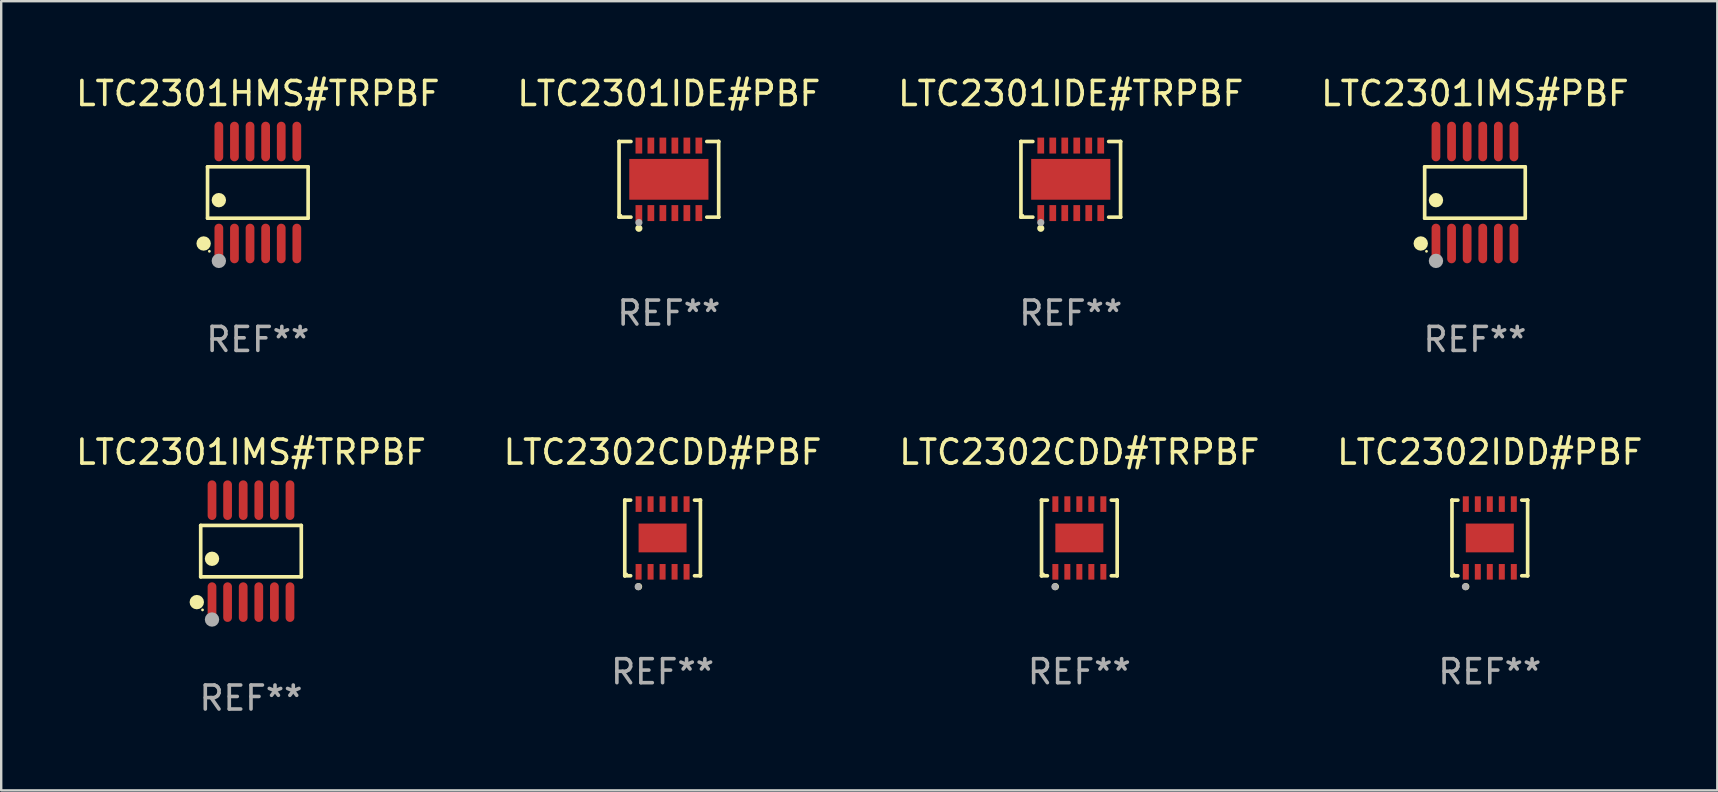
<source format=kicad_pcb>
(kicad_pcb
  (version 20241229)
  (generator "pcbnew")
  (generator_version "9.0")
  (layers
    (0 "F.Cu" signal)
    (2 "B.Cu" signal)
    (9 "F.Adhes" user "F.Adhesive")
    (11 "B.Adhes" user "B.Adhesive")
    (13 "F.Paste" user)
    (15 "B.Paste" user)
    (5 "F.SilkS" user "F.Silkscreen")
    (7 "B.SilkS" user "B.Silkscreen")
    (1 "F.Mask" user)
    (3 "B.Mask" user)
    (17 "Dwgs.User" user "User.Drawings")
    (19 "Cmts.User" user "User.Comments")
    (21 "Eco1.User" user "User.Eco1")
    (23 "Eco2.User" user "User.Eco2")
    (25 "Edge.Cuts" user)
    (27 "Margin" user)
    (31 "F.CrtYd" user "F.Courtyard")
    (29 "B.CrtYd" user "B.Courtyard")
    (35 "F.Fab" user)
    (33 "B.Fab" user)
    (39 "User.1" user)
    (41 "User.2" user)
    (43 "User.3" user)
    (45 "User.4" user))
  (footprint "LTC2302CDD#TRPBF"
    (layer "F.Cu")
    (at 41.935 19.371)
    (property "Reference" "LTC2302CDD#TRPBF" (at 0 -3.576 0) (layer "F.SilkS") (effects (font (size 1 1) (thickness 0.15))))
    (attr through_hole)
    (fp_line (start -1.576 -1.576) (end -1.576 -1.576) (stroke (width 0.152) (type solid)) (layer "F.SilkS"))
    (fp_line (start -1.576 -1.576) (end -1.331 -1.576) (stroke (width 0.152) (type solid)) (layer "F.SilkS"))
    (fp_line (start -1.576 1.576) (end -1.576 -1.576) (stroke (width 0.152) (type solid)) (layer "F.SilkS"))
    (fp_line (start -1.576 1.576) (end -1.576 1.576) (stroke (width 0.152) (type solid)) (layer "F.SilkS"))
    (fp_line (start -1.331 1.576) (end -1.576 1.576) (stroke (width 0.152) (type solid)) (layer "F.SilkS"))
    (fp_line (start 1.331 1.576) (end 1.576 1.576) (stroke (width 0.152) (type solid)) (layer "F.SilkS"))
    (fp_line (start 1.576 -1.576) (end 1.331 -1.576) (stroke (width 0.152) (type solid)) (layer "F.SilkS"))
    (fp_line (start 1.576 -1.576) (end 1.576 -1.576) (stroke (width 0.152) (type solid)) (layer "F.SilkS"))
    (fp_line (start 1.576 1.576) (end 1.576 -1.576) (stroke (width 0.152) (type solid)) (layer "F.SilkS"))
    (fp_line (start 1.576 1.576) (end 1.576 1.576) (stroke (width 0.152) (type solid)) (layer "F.SilkS"))
    (fp_circle (center -1.5 1.5) (end -1.47 1.5) (stroke (width 0.06) (type solid)) (fill no) (layer "F.SilkS"))
    (fp_circle (center -1 2.028) (end -0.925 2.028) (stroke (width 0.15) (type solid)) (fill no) (layer "F.SilkS"))
    (fp_circle (center -1.016 2.032) (end -0.941 2.032) (stroke (width 0.15) (type solid)) (fill no) (layer "F.Fab"))
    (fp_text user "REF**" (at 0 5.576 0) (layer "F.Fab") (effects (font (size 1 1) (thickness 0.15))))
    (pad "1" smd rect (at -1 1.411) (size 0.25 0.65) (layers "F.Cu" "F.Mask" "F.Paste"))
    (pad "2" smd rect (at -0.5 1.411) (size 0.25 0.65) (layers "F.Cu" "F.Mask" "F.Paste"))
    (pad "3" smd rect (at 0 1.411) (size 0.25 0.65) (layers "F.Cu" "F.Mask" "F.Paste"))
    (pad "4" smd rect (at 0.5 1.411) (size 0.25 0.65) (layers "F.Cu" "F.Mask" "F.Paste"))
    (pad "5" smd rect (at 1 1.411) (size 0.25 0.65) (layers "F.Cu" "F.Mask" "F.Paste"))
    (pad "6" smd rect (at 1 -1.411) (size 0.25 0.65) (layers "F.Cu" "F.Mask" "F.Paste"))
    (pad "7" smd rect (at 0.5 -1.411) (size 0.25 0.65) (layers "F.Cu" "F.Mask" "F.Paste"))
    (pad "8" smd rect (at 0 -1.411) (size 0.25 0.65) (layers "F.Cu" "F.Mask" "F.Paste"))
    (pad "9" smd rect (at -0.5 -1.411) (size 0.25 0.65) (layers "F.Cu" "F.Mask" "F.Paste"))
    (pad "10" smd rect (at -1 -1.411) (size 0.25 0.65) (layers "F.Cu" "F.Mask" "F.Paste"))
    (pad "11" smd rect (at 0 0) (size 2 1.2) (layers "F.Cu" "F.Mask" "F.Paste")))
  (footprint "LTC2301IMS#PBF"
    (layer "F.Cu")
    (at 58.423 4.973)
    (property "Reference" "LTC2301IMS#PBF" (at 0 -4.125 0) (layer "F.SilkS") (effects (font (size 1 1) (thickness 0.15))))
    (attr through_hole)
    (fp_line (start -2.096 -1.071) (end 2.096 -1.071) (stroke (width 0.152) (type solid)) (layer "F.SilkS"))
    (fp_line (start -2.096 1.071) (end -2.096 -1.071) (stroke (width 0.152) (type solid)) (layer "F.SilkS"))
    (fp_line (start 2.096 -1.071) (end 2.096 1.071) (stroke (width 0.152) (type solid)) (layer "F.SilkS"))
    (fp_line (start 2.096 1.071) (end -2.096 1.071) (stroke (width 0.152) (type solid)) (layer "F.SilkS"))
    (fp_circle (center -2.259 2.125) (end -2.109 2.125) (stroke (width 0.3) (type solid)) (fill no) (layer "F.SilkS"))
    (fp_circle (center -2.02 2.45) (end -1.99 2.45) (stroke (width 0.06) (type solid)) (fill no) (layer "F.SilkS"))
    (fp_circle (center -1.625 0.319) (end -1.475 0.319) (stroke (width 0.3) (type solid)) (fill no) (layer "F.SilkS"))
    (fp_circle (center -1.625 2.85) (end -1.475 2.85) (stroke (width 0.3) (type solid)) (fill no) (layer "F.Fab"))
    (fp_text user "REF**" (at 0 6.125 0) (layer "F.Fab") (effects (font (size 1 1) (thickness 0.15))))
    (pad "1" smd oval (at -1.625 2.125) (size 0.364 1.65) (layers "F.Cu" "F.Mask" "F.Paste"))
    (pad "2" smd oval (at -0.975 2.125) (size 0.364 1.65) (layers "F.Cu" "F.Mask" "F.Paste"))
    (pad "3" smd oval (at -0.325 2.125) (size 0.364 1.65) (layers "F.Cu" "F.Mask" "F.Paste"))
    (pad "4" smd oval (at 0.325 2.125) (size 0.364 1.65) (layers "F.Cu" "F.Mask" "F.Paste"))
    (pad "5" smd oval (at 0.975 2.125) (size 0.364 1.65) (layers "F.Cu" "F.Mask" "F.Paste"))
    (pad "6" smd oval (at 1.625 2.125) (size 0.364 1.65) (layers "F.Cu" "F.Mask" "F.Paste"))
    (pad "7" smd oval (at 1.625 -2.125) (size 0.364 1.65) (layers "F.Cu" "F.Mask" "F.Paste"))
    (pad "8" smd oval (at 0.975 -2.125) (size 0.364 1.65) (layers "F.Cu" "F.Mask" "F.Paste"))
    (pad "9" smd oval (at 0.325 -2.125) (size 0.364 1.65) (layers "F.Cu" "F.Mask" "F.Paste"))
    (pad "10" smd oval (at -0.325 -2.125) (size 0.364 1.65) (layers "F.Cu" "F.Mask" "F.Paste"))
    (pad "11" smd oval (at -0.975 -2.125) (size 0.364 1.65) (layers "F.Cu" "F.Mask" "F.Paste"))
    (pad "12" smd oval (at -1.625 -2.125) (size 0.364 1.65) (layers "F.Cu" "F.Mask" "F.Paste")))
  (footprint "LTC2302IDD#PBF"
    (layer "F.Cu")
    (at 59.042 19.371)
    (property "Reference" "LTC2302IDD#PBF" (at 0 -3.576 0) (layer "F.SilkS") (effects (font (size 1 1) (thickness 0.15))))
    (attr through_hole)
    (fp_line (start -1.576 -1.576) (end -1.576 -1.576) (stroke (width 0.152) (type solid)) (layer "F.SilkS"))
    (fp_line (start -1.576 -1.576) (end -1.331 -1.576) (stroke (width 0.152) (type solid)) (layer "F.SilkS"))
    (fp_line (start -1.576 1.576) (end -1.576 -1.576) (stroke (width 0.152) (type solid)) (layer "F.SilkS"))
    (fp_line (start -1.576 1.576) (end -1.576 1.576) (stroke (width 0.152) (type solid)) (layer "F.SilkS"))
    (fp_line (start -1.331 1.576) (end -1.576 1.576) (stroke (width 0.152) (type solid)) (layer "F.SilkS"))
    (fp_line (start 1.331 1.576) (end 1.576 1.576) (stroke (width 0.152) (type solid)) (layer "F.SilkS"))
    (fp_line (start 1.576 -1.576) (end 1.331 -1.576) (stroke (width 0.152) (type solid)) (layer "F.SilkS"))
    (fp_line (start 1.576 -1.576) (end 1.576 -1.576) (stroke (width 0.152) (type solid)) (layer "F.SilkS"))
    (fp_line (start 1.576 1.576) (end 1.576 -1.576) (stroke (width 0.152) (type solid)) (layer "F.SilkS"))
    (fp_line (start 1.576 1.576) (end 1.576 1.576) (stroke (width 0.152) (type solid)) (layer "F.SilkS"))
    (fp_circle (center -1.5 1.5) (end -1.47 1.5) (stroke (width 0.06) (type solid)) (fill no) (layer "F.SilkS"))
    (fp_circle (center -1 2.028) (end -0.925 2.028) (stroke (width 0.15) (type solid)) (fill no) (layer "F.SilkS"))
    (fp_circle (center -1.016 2.032) (end -0.941 2.032) (stroke (width 0.15) (type solid)) (fill no) (layer "F.Fab"))
    (fp_text user "REF**" (at 0 5.576 0) (layer "F.Fab") (effects (font (size 1 1) (thickness 0.15))))
    (pad "1" smd rect (at -1 1.411) (size 0.25 0.65) (layers "F.Cu" "F.Mask" "F.Paste"))
    (pad "2" smd rect (at -0.5 1.411) (size 0.25 0.65) (layers "F.Cu" "F.Mask" "F.Paste"))
    (pad "3" smd rect (at 0 1.411) (size 0.25 0.65) (layers "F.Cu" "F.Mask" "F.Paste"))
    (pad "4" smd rect (at 0.5 1.411) (size 0.25 0.65) (layers "F.Cu" "F.Mask" "F.Paste"))
    (pad "5" smd rect (at 1 1.411) (size 0.25 0.65) (layers "F.Cu" "F.Mask" "F.Paste"))
    (pad "6" smd rect (at 1 -1.411) (size 0.25 0.65) (layers "F.Cu" "F.Mask" "F.Paste"))
    (pad "7" smd rect (at 0.5 -1.411) (size 0.25 0.65) (layers "F.Cu" "F.Mask" "F.Paste"))
    (pad "8" smd rect (at 0 -1.411) (size 0.25 0.65) (layers "F.Cu" "F.Mask" "F.Paste"))
    (pad "9" smd rect (at -0.5 -1.411) (size 0.25 0.65) (layers "F.Cu" "F.Mask" "F.Paste"))
    (pad "10" smd rect (at -1 -1.411) (size 0.25 0.65) (layers "F.Cu" "F.Mask" "F.Paste"))
    (pad "11" smd rect (at 0 0) (size 2 1.2) (layers "F.Cu" "F.Mask" "F.Paste")))
  (footprint "LTC2301IMS#TRPBF"
    (layer "F.Cu")
    (at 7.411 19.92)
    (property "Reference" "LTC2301IMS#TRPBF" (at 0 -4.125 0) (layer "F.SilkS") (effects (font (size 1 1) (thickness 0.15))))
    (attr through_hole)
    (fp_line (start -2.096 -1.071) (end 2.096 -1.071) (stroke (width 0.152) (type solid)) (layer "F.SilkS"))
    (fp_line (start -2.096 1.071) (end -2.096 -1.071) (stroke (width 0.152) (type solid)) (layer "F.SilkS"))
    (fp_line (start 2.096 -1.071) (end 2.096 1.071) (stroke (width 0.152) (type solid)) (layer "F.SilkS"))
    (fp_line (start 2.096 1.071) (end -2.096 1.071) (stroke (width 0.152) (type solid)) (layer "F.SilkS"))
    (fp_circle (center -2.259 2.125) (end -2.109 2.125) (stroke (width 0.3) (type solid)) (fill no) (layer "F.SilkS"))
    (fp_circle (center -2.02 2.45) (end -1.99 2.45) (stroke (width 0.06) (type solid)) (fill no) (layer "F.SilkS"))
    (fp_circle (center -1.625 0.319) (end -1.475 0.319) (stroke (width 0.3) (type solid)) (fill no) (layer "F.SilkS"))
    (fp_circle (center -1.625 2.85) (end -1.475 2.85) (stroke (width 0.3) (type solid)) (fill no) (layer "F.Fab"))
    (fp_text user "REF**" (at 0 6.125 0) (layer "F.Fab") (effects (font (size 1 1) (thickness 0.15))))
    (pad "1" smd oval (at -1.625 2.125) (size 0.364 1.65) (layers "F.Cu" "F.Mask" "F.Paste"))
    (pad "2" smd oval (at -0.975 2.125) (size 0.364 1.65) (layers "F.Cu" "F.Mask" "F.Paste"))
    (pad "3" smd oval (at -0.325 2.125) (size 0.364 1.65) (layers "F.Cu" "F.Mask" "F.Paste"))
    (pad "4" smd oval (at 0.325 2.125) (size 0.364 1.65) (layers "F.Cu" "F.Mask" "F.Paste"))
    (pad "5" smd oval (at 0.975 2.125) (size 0.364 1.65) (layers "F.Cu" "F.Mask" "F.Paste"))
    (pad "6" smd oval (at 1.625 2.125) (size 0.364 1.65) (layers "F.Cu" "F.Mask" "F.Paste"))
    (pad "7" smd oval (at 1.625 -2.125) (size 0.364 1.65) (layers "F.Cu" "F.Mask" "F.Paste"))
    (pad "8" smd oval (at 0.975 -2.125) (size 0.364 1.65) (layers "F.Cu" "F.Mask" "F.Paste"))
    (pad "9" smd oval (at 0.325 -2.125) (size 0.364 1.65) (layers "F.Cu" "F.Mask" "F.Paste"))
    (pad "10" smd oval (at -0.325 -2.125) (size 0.364 1.65) (layers "F.Cu" "F.Mask" "F.Paste"))
    (pad "11" smd oval (at -0.975 -2.125) (size 0.364 1.65) (layers "F.Cu" "F.Mask" "F.Paste"))
    (pad "12" smd oval (at -1.625 -2.125) (size 0.364 1.65) (layers "F.Cu" "F.Mask" "F.Paste")))
  (footprint "LTC2301IDE#TRPBF"
    (layer "F.Cu")
    (at 41.577 4.424)
    (property "Reference" "LTC2301IDE#TRPBF" (at 0 -3.576 0) (layer "F.SilkS") (effects (font (size 1 1) (thickness 0.15))))
    (attr through_hole)
    (fp_line (start -2.076 -1.576) (end -2.076 -1.576) (stroke (width 0.152) (type solid)) (layer "F.SilkS"))
    (fp_line (start -2.076 -1.576) (end -1.58 -1.576) (stroke (width 0.152) (type solid)) (layer "F.SilkS"))
    (fp_line (start -2.076 1.576) (end -2.076 -1.576) (stroke (width 0.152) (type solid)) (layer "F.SilkS"))
    (fp_line (start -2.076 1.576) (end -2.076 1.576) (stroke (width 0.152) (type solid)) (layer "F.SilkS"))
    (fp_line (start -1.58 1.576) (end -2.076 1.576) (stroke (width 0.152) (type solid)) (layer "F.SilkS"))
    (fp_line (start 1.58 1.576) (end 2.076 1.576) (stroke (width 0.152) (type solid)) (layer "F.SilkS"))
    (fp_line (start 2.076 -1.576) (end 1.58 -1.576) (stroke (width 0.152) (type solid)) (layer "F.SilkS"))
    (fp_line (start 2.076 -1.576) (end 2.076 -1.576) (stroke (width 0.152) (type solid)) (layer "F.SilkS"))
    (fp_line (start 2.076 1.576) (end 2.076 -1.576) (stroke (width 0.152) (type solid)) (layer "F.SilkS"))
    (fp_line (start 2.076 1.576) (end 2.076 1.576) (stroke (width 0.152) (type solid)) (layer "F.SilkS"))
    (fp_circle (center -2 1.5) (end -1.97 1.5) (stroke (width 0.06) (type solid)) (fill no) (layer "F.SilkS"))
    (fp_circle (center -1.25 2.04) (end -1.175 2.04) (stroke (width 0.15) (type solid)) (fill no) (layer "F.SilkS"))
    (fp_circle (center -1.25 1.8) (end -1.175 1.8) (stroke (width 0.15) (type solid)) (fill no) (layer "F.Fab"))
    (fp_text user "REF**" (at 0 5.576 0) (layer "F.Fab") (effects (font (size 1 1) (thickness 0.15))))
    (pad "1" smd rect (at -1.25 1.407) (size 0.28 0.665) (layers "F.Cu" "F.Mask" "F.Paste"))
    (pad "2" smd rect (at -0.75 1.407) (size 0.28 0.665) (layers "F.Cu" "F.Mask" "F.Paste"))
    (pad "3" smd rect (at -0.25 1.407) (size 0.28 0.665) (layers "F.Cu" "F.Mask" "F.Paste"))
    (pad "4" smd rect (at 0.25 1.407) (size 0.28 0.665) (layers "F.Cu" "F.Mask" "F.Paste"))
    (pad "5" smd rect (at 0.75 1.407) (size 0.28 0.665) (layers "F.Cu" "F.Mask" "F.Paste"))
    (pad "6" smd rect (at 1.25 1.407) (size 0.28 0.665) (layers "F.Cu" "F.Mask" "F.Paste"))
    (pad "7" smd rect (at 1.25 -1.407) (size 0.28 0.665) (layers "F.Cu" "F.Mask" "F.Paste"))
    (pad "8" smd rect (at 0.75 -1.407) (size 0.28 0.665) (layers "F.Cu" "F.Mask" "F.Paste"))
    (pad "9" smd rect (at 0.25 -1.407) (size 0.28 0.665) (layers "F.Cu" "F.Mask" "F.Paste"))
    (pad "10" smd rect (at -0.25 -1.407) (size 0.28 0.665) (layers "F.Cu" "F.Mask" "F.Paste"))
    (pad "11" smd rect (at -0.75 -1.407) (size 0.28 0.665) (layers "F.Cu" "F.Mask" "F.Paste"))
    (pad "12" smd rect (at -1.25 -1.407) (size 0.28 0.665) (layers "F.Cu" "F.Mask" "F.Paste"))
    (pad "13" smd rect (at 0 0) (size 3.3 1.7) (layers "F.Cu" "F.Mask" "F.Paste")))
  (footprint "LTC2302CDD#PBF"
    (layer "F.Cu")
    (at 24.565 19.371)
    (property "Reference" "LTC2302CDD#PBF" (at 0 -3.576 0) (layer "F.SilkS") (effects (font (size 1 1) (thickness 0.15))))
    (attr through_hole)
    (fp_line (start -1.576 -1.576) (end -1.576 -1.576) (stroke (width 0.152) (type solid)) (layer "F.SilkS"))
    (fp_line (start -1.576 -1.576) (end -1.331 -1.576) (stroke (width 0.152) (type solid)) (layer "F.SilkS"))
    (fp_line (start -1.576 1.576) (end -1.576 -1.576) (stroke (width 0.152) (type solid)) (layer "F.SilkS"))
    (fp_line (start -1.576 1.576) (end -1.576 1.576) (stroke (width 0.152) (type solid)) (layer "F.SilkS"))
    (fp_line (start -1.331 1.576) (end -1.576 1.576) (stroke (width 0.152) (type solid)) (layer "F.SilkS"))
    (fp_line (start 1.331 1.576) (end 1.576 1.576) (stroke (width 0.152) (type solid)) (layer "F.SilkS"))
    (fp_line (start 1.576 -1.576) (end 1.331 -1.576) (stroke (width 0.152) (type solid)) (layer "F.SilkS"))
    (fp_line (start 1.576 -1.576) (end 1.576 -1.576) (stroke (width 0.152) (type solid)) (layer "F.SilkS"))
    (fp_line (start 1.576 1.576) (end 1.576 -1.576) (stroke (width 0.152) (type solid)) (layer "F.SilkS"))
    (fp_line (start 1.576 1.576) (end 1.576 1.576) (stroke (width 0.152) (type solid)) (layer "F.SilkS"))
    (fp_circle (center -1.5 1.5) (end -1.47 1.5) (stroke (width 0.06) (type solid)) (fill no) (layer "F.SilkS"))
    (fp_circle (center -1 2.028) (end -0.925 2.028) (stroke (width 0.15) (type solid)) (fill no) (layer "F.SilkS"))
    (fp_circle (center -1.016 2.032) (end -0.941 2.032) (stroke (width 0.15) (type solid)) (fill no) (layer "F.Fab"))
    (fp_text user "REF**" (at 0 5.576 0) (layer "F.Fab") (effects (font (size 1 1) (thickness 0.15))))
    (pad "1" smd rect (at -1 1.411) (size 0.25 0.65) (layers "F.Cu" "F.Mask" "F.Paste"))
    (pad "2" smd rect (at -0.5 1.411) (size 0.25 0.65) (layers "F.Cu" "F.Mask" "F.Paste"))
    (pad "3" smd rect (at 0 1.411) (size 0.25 0.65) (layers "F.Cu" "F.Mask" "F.Paste"))
    (pad "4" smd rect (at 0.5 1.411) (size 0.25 0.65) (layers "F.Cu" "F.Mask" "F.Paste"))
    (pad "5" smd rect (at 1 1.411) (size 0.25 0.65) (layers "F.Cu" "F.Mask" "F.Paste"))
    (pad "6" smd rect (at 1 -1.411) (size 0.25 0.65) (layers "F.Cu" "F.Mask" "F.Paste"))
    (pad "7" smd rect (at 0.5 -1.411) (size 0.25 0.65) (layers "F.Cu" "F.Mask" "F.Paste"))
    (pad "8" smd rect (at 0 -1.411) (size 0.25 0.65) (layers "F.Cu" "F.Mask" "F.Paste"))
    (pad "9" smd rect (at -0.5 -1.411) (size 0.25 0.65) (layers "F.Cu" "F.Mask" "F.Paste"))
    (pad "10" smd rect (at -1 -1.411) (size 0.25 0.65) (layers "F.Cu" "F.Mask" "F.Paste"))
    (pad "11" smd rect (at 0 0) (size 2 1.2) (layers "F.Cu" "F.Mask" "F.Paste")))
  (footprint "LTC2301IDE#PBF"
    (layer "F.Cu")
    (at 24.827 4.424)
    (property "Reference" "LTC2301IDE#PBF" (at 0 -3.576 0) (layer "F.SilkS") (effects (font (size 1 1) (thickness 0.15))))
    (attr through_hole)
    (fp_line (start -2.076 -1.576) (end -2.076 -1.576) (stroke (width 0.152) (type solid)) (layer "F.SilkS"))
    (fp_line (start -2.076 -1.576) (end -1.58 -1.576) (stroke (width 0.152) (type solid)) (layer "F.SilkS"))
    (fp_line (start -2.076 1.576) (end -2.076 -1.576) (stroke (width 0.152) (type solid)) (layer "F.SilkS"))
    (fp_line (start -2.076 1.576) (end -2.076 1.576) (stroke (width 0.152) (type solid)) (layer "F.SilkS"))
    (fp_line (start -1.58 1.576) (end -2.076 1.576) (stroke (width 0.152) (type solid)) (layer "F.SilkS"))
    (fp_line (start 1.58 1.576) (end 2.076 1.576) (stroke (width 0.152) (type solid)) (layer "F.SilkS"))
    (fp_line (start 2.076 -1.576) (end 1.58 -1.576) (stroke (width 0.152) (type solid)) (layer "F.SilkS"))
    (fp_line (start 2.076 -1.576) (end 2.076 -1.576) (stroke (width 0.152) (type solid)) (layer "F.SilkS"))
    (fp_line (start 2.076 1.576) (end 2.076 -1.576) (stroke (width 0.152) (type solid)) (layer "F.SilkS"))
    (fp_line (start 2.076 1.576) (end 2.076 1.576) (stroke (width 0.152) (type solid)) (layer "F.SilkS"))
    (fp_circle (center -2 1.5) (end -1.97 1.5) (stroke (width 0.06) (type solid)) (fill no) (layer "F.SilkS"))
    (fp_circle (center -1.25 2.04) (end -1.175 2.04) (stroke (width 0.15) (type solid)) (fill no) (layer "F.SilkS"))
    (fp_circle (center -1.25 1.8) (end -1.175 1.8) (stroke (width 0.15) (type solid)) (fill no) (layer "F.Fab"))
    (fp_text user "REF**" (at 0 5.576 0) (layer "F.Fab") (effects (font (size 1 1) (thickness 0.15))))
    (pad "1" smd rect (at -1.25 1.407) (size 0.28 0.665) (layers "F.Cu" "F.Mask" "F.Paste"))
    (pad "2" smd rect (at -0.75 1.407) (size 0.28 0.665) (layers "F.Cu" "F.Mask" "F.Paste"))
    (pad "3" smd rect (at -0.25 1.407) (size 0.28 0.665) (layers "F.Cu" "F.Mask" "F.Paste"))
    (pad "4" smd rect (at 0.25 1.407) (size 0.28 0.665) (layers "F.Cu" "F.Mask" "F.Paste"))
    (pad "5" smd rect (at 0.75 1.407) (size 0.28 0.665) (layers "F.Cu" "F.Mask" "F.Paste"))
    (pad "6" smd rect (at 1.25 1.407) (size 0.28 0.665) (layers "F.Cu" "F.Mask" "F.Paste"))
    (pad "7" smd rect (at 1.25 -1.407) (size 0.28 0.665) (layers "F.Cu" "F.Mask" "F.Paste"))
    (pad "8" smd rect (at 0.75 -1.407) (size 0.28 0.665) (layers "F.Cu" "F.Mask" "F.Paste"))
    (pad "9" smd rect (at 0.25 -1.407) (size 0.28 0.665) (layers "F.Cu" "F.Mask" "F.Paste"))
    (pad "10" smd rect (at -0.25 -1.407) (size 0.28 0.665) (layers "F.Cu" "F.Mask" "F.Paste"))
    (pad "11" smd rect (at -0.75 -1.407) (size 0.28 0.665) (layers "F.Cu" "F.Mask" "F.Paste"))
    (pad "12" smd rect (at -1.25 -1.407) (size 0.28 0.665) (layers "F.Cu" "F.Mask" "F.Paste"))
    (pad "13" smd rect (at 0 0) (size 3.3 1.7) (layers "F.Cu" "F.Mask" "F.Paste")))
  (footprint "LTC2301HMS#TRPBF"
    (layer "F.Cu")
    (at 7.696 4.973)
    (property "Reference" "LTC2301HMS#TRPBF" (at 0 -4.125 0) (layer "F.SilkS") (effects (font (size 1 1) (thickness 0.15))))
    (attr through_hole)
    (fp_line (start -2.096 -1.071) (end 2.096 -1.071) (stroke (width 0.152) (type solid)) (layer "F.SilkS"))
    (fp_line (start -2.096 1.071) (end -2.096 -1.071) (stroke (width 0.152) (type solid)) (layer "F.SilkS"))
    (fp_line (start 2.096 -1.071) (end 2.096 1.071) (stroke (width 0.152) (type solid)) (layer "F.SilkS"))
    (fp_line (start 2.096 1.071) (end -2.096 1.071) (stroke (width 0.152) (type solid)) (layer "F.SilkS"))
    (fp_circle (center -2.259 2.125) (end -2.109 2.125) (stroke (width 0.3) (type solid)) (fill no) (layer "F.SilkS"))
    (fp_circle (center -2.02 2.45) (end -1.99 2.45) (stroke (width 0.06) (type solid)) (fill no) (layer "F.SilkS"))
    (fp_circle (center -1.625 0.319) (end -1.475 0.319) (stroke (width 0.3) (type solid)) (fill no) (layer "F.SilkS"))
    (fp_circle (center -1.625 2.85) (end -1.475 2.85) (stroke (width 0.3) (type solid)) (fill no) (layer "F.Fab"))
    (fp_text user "REF**" (at 0 6.125 0) (layer "F.Fab") (effects (font (size 1 1) (thickness 0.15))))
    (pad "1" smd oval (at -1.625 2.125) (size 0.364 1.65) (layers "F.Cu" "F.Mask" "F.Paste"))
    (pad "2" smd oval (at -0.975 2.125) (size 0.364 1.65) (layers "F.Cu" "F.Mask" "F.Paste"))
    (pad "3" smd oval (at -0.325 2.125) (size 0.364 1.65) (layers "F.Cu" "F.Mask" "F.Paste"))
    (pad "4" smd oval (at 0.325 2.125) (size 0.364 1.65) (layers "F.Cu" "F.Mask" "F.Paste"))
    (pad "5" smd oval (at 0.975 2.125) (size 0.364 1.65) (layers "F.Cu" "F.Mask" "F.Paste"))
    (pad "6" smd oval (at 1.625 2.125) (size 0.364 1.65) (layers "F.Cu" "F.Mask" "F.Paste"))
    (pad "7" smd oval (at 1.625 -2.125) (size 0.364 1.65) (layers "F.Cu" "F.Mask" "F.Paste"))
    (pad "8" smd oval (at 0.975 -2.125) (size 0.364 1.65) (layers "F.Cu" "F.Mask" "F.Paste"))
    (pad "9" smd oval (at 0.325 -2.125) (size 0.364 1.65) (layers "F.Cu" "F.Mask" "F.Paste"))
    (pad "10" smd oval (at -0.325 -2.125) (size 0.364 1.65) (layers "F.Cu" "F.Mask" "F.Paste"))
    (pad "11" smd oval (at -0.975 -2.125) (size 0.364 1.65) (layers "F.Cu" "F.Mask" "F.Paste"))
    (pad "12" smd oval (at -1.625 -2.125) (size 0.364 1.65) (layers "F.Cu" "F.Mask" "F.Paste")))
  (gr_rect
    (start -3 -3)
    (end 68.524 29.893)
    (stroke (width 0.1) (type default))
    (fill no)
    (layer "Edge.Cuts")))
</source>
